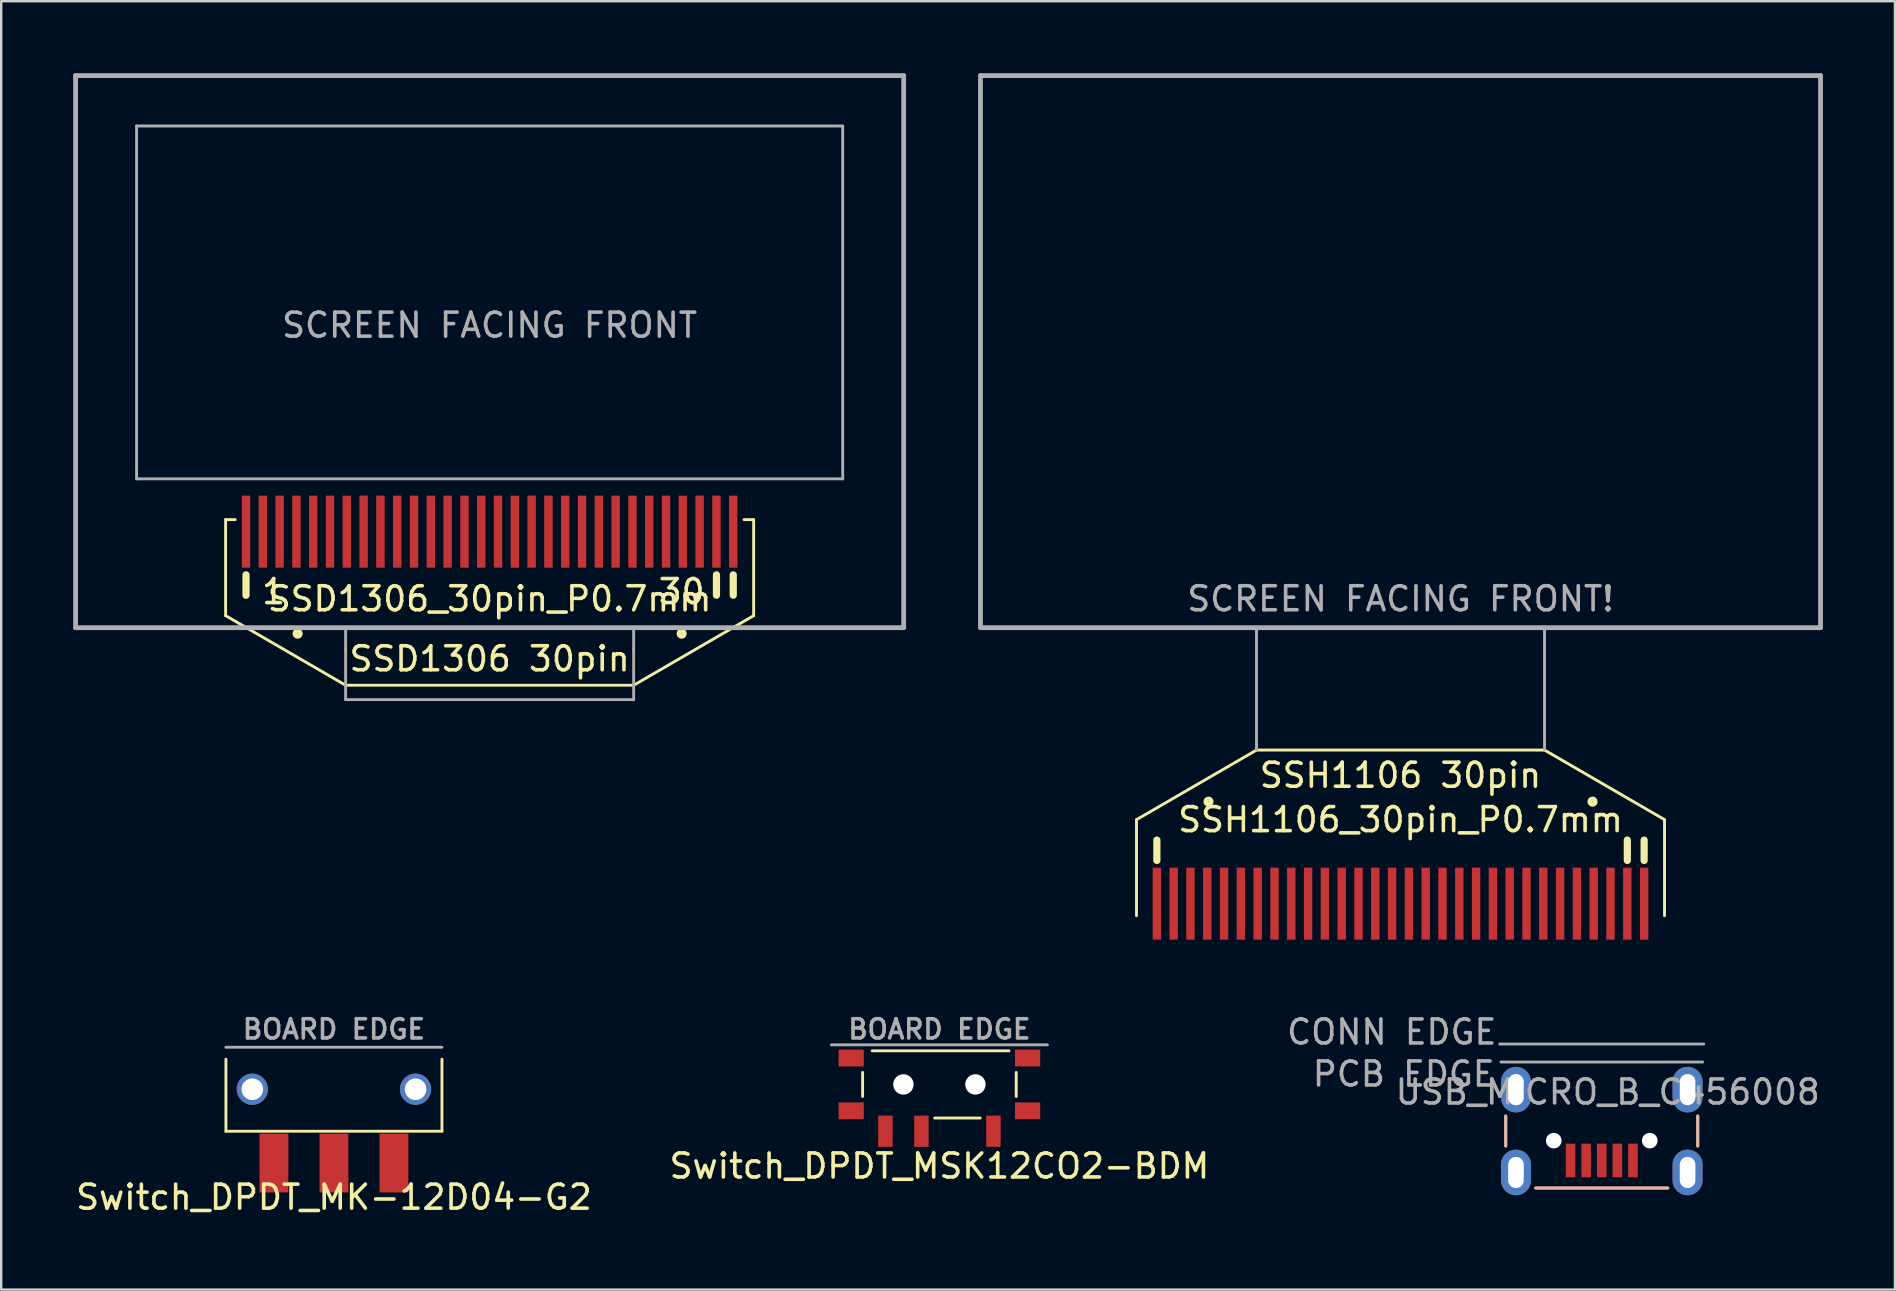
<source format=kicad_pcb>
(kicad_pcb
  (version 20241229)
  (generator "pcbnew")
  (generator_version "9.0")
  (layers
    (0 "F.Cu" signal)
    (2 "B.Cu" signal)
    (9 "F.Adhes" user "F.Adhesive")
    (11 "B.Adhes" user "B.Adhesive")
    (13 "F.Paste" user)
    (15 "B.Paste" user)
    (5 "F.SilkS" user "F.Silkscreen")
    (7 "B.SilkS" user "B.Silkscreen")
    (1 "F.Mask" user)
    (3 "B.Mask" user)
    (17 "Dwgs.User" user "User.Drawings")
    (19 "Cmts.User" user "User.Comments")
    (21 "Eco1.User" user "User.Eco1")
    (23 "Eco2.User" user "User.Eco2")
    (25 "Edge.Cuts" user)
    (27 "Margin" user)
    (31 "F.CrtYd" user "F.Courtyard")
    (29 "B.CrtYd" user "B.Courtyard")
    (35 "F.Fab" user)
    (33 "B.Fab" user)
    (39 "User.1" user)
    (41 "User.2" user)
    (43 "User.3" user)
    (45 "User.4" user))
  (footprint "USB_MICRO_B_C456008"
    (layer "F.Cu")
    (at 63.685 41.198)
    (property "Reference" "USB_MICRO_B_C456008" (at 0.25 1.25 0) (layer "F.Fab") (effects (font (size 1 1) (thickness 0.15))))
    (attr through_hole)
    (fp_line (start -4 3.5) (end -4 2.25) (stroke (width 0.12) (type solid)) (layer "F.SilkS"))
    (fp_line (start -2.75 5.25) (end 2.75 5.25) (stroke (width 0.12) (type solid)) (layer "F.SilkS"))
    (fp_line (start 4 3.5) (end 4 2.25) (stroke (width 0.12) (type solid)) (layer "F.SilkS"))
    (fp_line (start -4 3.5) (end -4 2.25) (stroke (width 0.12) (type solid)) (layer "B.SilkS"))
    (fp_line (start -2.75 5.25) (end 2.75 5.25) (stroke (width 0.12) (type solid)) (layer "B.SilkS"))
    (fp_line (start 4 3.5) (end 4 2.25) (stroke (width 0.12) (type solid)) (layer "B.SilkS"))
    (fp_line (start -4.25 -0.75) (end 4.25 -0.75) (stroke (width 0.12) (type solid)) (layer "F.Fab"))
    (fp_line (start -4.2 0) (end 4.2 0) (stroke (width 0.12) (type solid)) (layer "F.Fab"))
    (fp_text user "CONN EDGE" (at -8.75 -1.25 0) (layer "F.Fab") (effects (font (size 1 1) (thickness 0.15))))
    (fp_text user "PCB EDGE" (at -8.25 0.5 0) (layer "F.Fab") (effects (font (size 1 1) (thickness 0.15))))
    (pad "" np_thru_hole circle (at -2 3.275) (size 0.65 0.65) (drill 0.65) (layers "*.Cu" "*.Mask"))
    (pad "" np_thru_hole circle (at 2 3.275) (size 0.65 0.65) (drill 0.65) (layers "*.Cu" "*.Mask"))
    (pad "1" smd rect (at 1.3 4.1) (size 0.4 1.4) (layers "F.Cu" "F.Mask" "F.Paste"))
    (pad "2" smd rect (at 0.65 4.1) (size 0.4 1.4) (layers "F.Cu" "F.Mask" "F.Paste"))
    (pad "3" smd rect (at 0 4.1) (size 0.4 1.4) (layers "F.Cu" "F.Mask" "F.Paste"))
    (pad "4" smd rect (at -0.65 4.1) (size 0.4 1.4) (layers "F.Cu" "F.Mask" "F.Paste"))
    (pad "5" smd rect (at -1.3 4.1) (size 0.4 1.4) (layers "F.Cu" "F.Mask" "F.Paste"))
    (pad "6" thru_hole oval (at -3.575 1.15) (size 1.25 1.9) (drill oval 0.65 1.3) (layers "*.Cu" "*.Mask"))
    (pad "6" thru_hole oval (at -3.575 4.6) (size 1.25 1.9) (drill oval 0.65 1.3) (layers "*.Cu" "*.Mask"))
    (pad "6" thru_hole oval (at 3.575 1.15) (size 1.25 1.9) (drill oval 0.65 1.3) (layers "*.Cu" "*.Mask"))
    (pad "6" thru_hole oval (at 3.575 4.6) (size 1.25 1.9) (drill oval 0.65 1.3) (layers "*.Cu" "*.Mask")))
  (footprint "SSH1106_30pin_P0.7mm"
    (layer "F.Cu")
    (at 55.3 35.1)
    (property "Reference" "SSH1106_30pin_P0.7mm" (at 0 -4 0) (layer "F.SilkS") (effects (font (size 1 1) (thickness 0.15))))
    (attr through_hole)
    (fp_line (start -11 -4) (end -6 -6.9) (stroke (width 0.12) (type solid)) (layer "F.SilkS"))
    (fp_line (start -11 0) (end -11 -4) (stroke (width 0.12) (type solid)) (layer "F.SilkS"))
    (fp_line (start -10.15 -2.3) (end -10.15 -3.15) (stroke (width 0.3) (type solid)) (layer "F.SilkS"))
    (fp_line (start 6 -6.9) (end -6 -6.9) (stroke (width 0.12) (type solid)) (layer "F.SilkS"))
    (fp_line (start 9.45 -2.3) (end 9.45 -3.15) (stroke (width 0.3) (type solid)) (layer "F.SilkS"))
    (fp_line (start 10.15 -2.3) (end 10.15 -3.15) (stroke (width 0.3) (type solid)) (layer "F.SilkS"))
    (fp_line (start 11 -4) (end 6 -6.9) (stroke (width 0.12) (type solid)) (layer "F.SilkS"))
    (fp_line (start 11 0) (end 11 -4) (stroke (width 0.12) (type solid)) (layer "F.SilkS"))
    (fp_circle (center -8 -4.75) (end -7.888 -4.75) (stroke (width 0.2) (type solid)) (fill no) (layer "F.SilkS"))
    (fp_circle (center 8 -4.75) (end 8.112 -4.75) (stroke (width 0.2) (type solid)) (fill no) (layer "F.SilkS"))
    (fp_line (start -17.5 -35) (end 17.5 -35) (stroke (width 0.2) (type solid)) (layer "F.Fab"))
    (fp_line (start -17.5 -12) (end -17.5 -35) (stroke (width 0.2) (type solid)) (layer "F.Fab"))
    (fp_line (start -17.5 -12) (end 17.5 -12) (stroke (width 0.2) (type solid)) (layer "F.Fab"))
    (fp_line (start -6 -6.9) (end -6 -12) (stroke (width 0.12) (type solid)) (layer "F.Fab"))
    (fp_line (start 6 -6.9) (end 6 -12) (stroke (width 0.12) (type solid)) (layer "F.Fab"))
    (fp_line (start 17.5 -12) (end 17.5 -35) (stroke (width 0.2) (type solid)) (layer "F.Fab"))
    (fp_text user "SSH1106 30pin" (at 0 -5.85 0) (layer "F.SilkS") (effects (font (size 1 1) (thickness 0.15))))
    (fp_text user "SCREEN FACING FRONT!" (at 0 -13.2 0) (layer "F.Fab") (effects (font (size 1 1) (thickness 0.15))))
    (pad "1" smd rect (at -10.15 -0.5) (size 0.35 3) (layers "F.Cu" "F.Mask" "F.Paste"))
    (pad "2" smd rect (at -9.45 -0.5) (size 0.35 3) (layers "F.Cu" "F.Mask" "F.Paste"))
    (pad "3" smd rect (at -8.75 -0.5) (size 0.35 3) (layers "F.Cu" "F.Mask" "F.Paste"))
    (pad "4" smd rect (at -8.05 -0.5) (size 0.35 3) (layers "F.Cu" "F.Mask" "F.Paste"))
    (pad "5" smd rect (at -7.35 -0.5) (size 0.35 3) (layers "F.Cu" "F.Mask" "F.Paste"))
    (pad "6" smd rect (at -6.65 -0.5) (size 0.35 3) (layers "F.Cu" "F.Mask" "F.Paste"))
    (pad "7" smd rect (at -5.95 -0.5) (size 0.35 3) (layers "F.Cu" "F.Mask" "F.Paste"))
    (pad "8" smd rect (at -5.25 -0.5) (size 0.35 3) (layers "F.Cu" "F.Mask" "F.Paste"))
    (pad "9" smd rect (at -4.55 -0.5) (size 0.35 3) (layers "F.Cu" "F.Mask" "F.Paste"))
    (pad "10" smd rect (at -3.85 -0.5) (size 0.35 3) (layers "F.Cu" "F.Mask" "F.Paste"))
    (pad "11" smd rect (at -3.15 -0.5) (size 0.35 3) (layers "F.Cu" "F.Mask" "F.Paste"))
    (pad "12" smd rect (at -2.45 -0.5) (size 0.35 3) (layers "F.Cu" "F.Mask" "F.Paste"))
    (pad "13" smd rect (at -1.75 -0.5) (size 0.35 3) (layers "F.Cu" "F.Mask" "F.Paste"))
    (pad "14" smd rect (at -1.05 -0.5) (size 0.35 3) (layers "F.Cu" "F.Mask" "F.Paste"))
    (pad "15" smd rect (at -0.35 -0.5) (size 0.35 3) (layers "F.Cu" "F.Mask" "F.Paste"))
    (pad "16" smd rect (at 0.35 -0.5) (size 0.35 3) (layers "F.Cu" "F.Mask" "F.Paste"))
    (pad "17" smd rect (at 1.05 -0.5) (size 0.35 3) (layers "F.Cu" "F.Mask" "F.Paste"))
    (pad "18" smd rect (at 1.75 -0.5) (size 0.35 3) (layers "F.Cu" "F.Mask" "F.Paste"))
    (pad "19" smd rect (at 2.45 -0.5) (size 0.35 3) (layers "F.Cu" "F.Mask" "F.Paste"))
    (pad "20" smd rect (at 3.15 -0.5) (size 0.35 3) (layers "F.Cu" "F.Mask" "F.Paste"))
    (pad "21" smd rect (at 3.85 -0.5) (size 0.35 3) (layers "F.Cu" "F.Mask" "F.Paste"))
    (pad "22" smd rect (at 4.55 -0.5) (size 0.35 3) (layers "F.Cu" "F.Mask" "F.Paste"))
    (pad "23" smd rect (at 5.25 -0.5) (size 0.35 3) (layers "F.Cu" "F.Mask" "F.Paste"))
    (pad "24" smd rect (at 5.95 -0.5) (size 0.35 3) (layers "F.Cu" "F.Mask" "F.Paste"))
    (pad "25" smd rect (at 6.65 -0.5) (size 0.35 3) (layers "F.Cu" "F.Mask" "F.Paste"))
    (pad "26" smd rect (at 7.35 -0.5) (size 0.35 3) (layers "F.Cu" "F.Mask" "F.Paste"))
    (pad "27" smd rect (at 8.05 -0.5) (size 0.35 3) (layers "F.Cu" "F.Mask" "F.Paste"))
    (pad "28" smd rect (at 8.75 -0.5) (size 0.35 3) (layers "F.Cu" "F.Mask" "F.Paste"))
    (pad "29" smd rect (at 9.45 -0.5) (size 0.35 3) (layers "F.Cu" "F.Mask" "F.Paste"))
    (pad "30" smd rect (at 10.15 -0.5) (size 0.35 3) (layers "F.Cu" "F.Mask" "F.Paste")))
  (footprint "Switch_DPDT_MK-12D04-G2"
    (layer "F.Cu")
    (at 10.863 42.331)
    (property "Reference" "Switch_DPDT_MK-12D04-G2" (at 0 4.5 0) (unlocked yes) (layer "F.SilkS") (effects (font (size 1 1) (thickness 0.15))))
    (attr smd)
    (fp_line (start -4.5 1.75) (end -4.5 -1.25) (stroke (width 0.12) (type solid)) (layer "F.SilkS"))
    (fp_line (start 4.5 -1.25) (end 4.5 1.75) (stroke (width 0.12) (type solid)) (layer "F.SilkS"))
    (fp_line (start 4.5 1.75) (end -4.5 1.75) (stroke (width 0.12) (type solid)) (layer "F.SilkS"))
    (fp_line (start 4.5 -1.75) (end -4.5 -1.75) (stroke (width 0.12) (type solid)) (layer "F.Fab"))
    (fp_text user "BOARD EDGE" (at 0 -2.5 0) (unlocked yes) (layer "F.Fab") (effects (font (size 0.8 0.8) (thickness 0.15))))
    (pad "" np_thru_hole circle (at -3.4 0) (size 1.3 1.3) (drill 0.9) (layers "*.Cu" "*.Mask"))
    (pad "" np_thru_hole circle (at 3.4 0) (size 1.3 1.3) (drill 0.9) (layers "*.Cu" "*.Mask"))
    (pad "1" smd rect (at -2.5 3.075) (size 1.2 2.45) (layers "F.Cu" "F.Mask" "F.Paste"))
    (pad "2" smd rect (at 0 3.075) (size 1.2 2.45) (layers "F.Cu" "F.Mask" "F.Paste"))
    (pad "3" smd rect (at 2.5 3.075) (size 1.2 2.45) (layers "F.Cu" "F.Mask" "F.Paste")))
  (footprint "SSD1306_30pin_P0.7mm"
    (layer "F.Cu")
    (at 17.35 18.6)
    (property "Reference" "SSD1306_30pin_P0.7mm" (at 0 3.3 180) (layer "F.SilkS") (effects (font (size 1 1) (thickness 0.15))))
    (attr through_hole)
    (fp_line (start -11 0) (end -11 4) (stroke (width 0.12) (type solid)) (layer "F.SilkS"))
    (fp_line (start -11 4) (end -6 6.9) (stroke (width 0.12) (type solid)) (layer "F.SilkS"))
    (fp_line (start -10.6 0) (end -11 0) (stroke (width 0.12) (type solid)) (layer "F.SilkS"))
    (fp_line (start -10.15 2.3) (end -10.15 3.15) (stroke (width 0.3) (type solid)) (layer "F.SilkS"))
    (fp_line (start -6 6.9) (end 6 6.9) (stroke (width 0.12) (type solid)) (layer "F.SilkS"))
    (fp_line (start 9.45 2.3) (end 9.45 3.15) (stroke (width 0.3) (type solid)) (layer "F.SilkS"))
    (fp_line (start 10.15 2.3) (end 10.15 3.15) (stroke (width 0.3) (type solid)) (layer "F.SilkS"))
    (fp_line (start 10.6 0) (end 11 0) (stroke (width 0.12) (type solid)) (layer "F.SilkS"))
    (fp_line (start 11 0) (end 11 4) (stroke (width 0.12) (type solid)) (layer "F.SilkS"))
    (fp_line (start 11 4) (end 6 6.9) (stroke (width 0.12) (type solid)) (layer "F.SilkS"))
    (fp_circle (center -8 4.75) (end -8.112 4.75) (stroke (width 0.2) (type solid)) (fill no) (layer "F.SilkS"))
    (fp_circle (center 8 4.75) (end 7.888 4.75) (stroke (width 0.2) (type solid)) (fill no) (layer "F.SilkS"))
    (fp_line (start -17.25 4.5) (end -17.25 -18.5) (stroke (width 0.2) (type solid)) (layer "F.Fab"))
    (fp_line (start -14.71 -16.4) (end -14.71 -1.7) (stroke (width 0.12) (type solid)) (layer "F.Fab"))
    (fp_line (start -14.71 -16.4) (end 14.71 -16.4) (stroke (width 0.12) (type solid)) (layer "F.Fab"))
    (fp_line (start -14.71 -1.7) (end 14.71 -1.7) (stroke (width 0.12) (type solid)) (layer "F.Fab"))
    (fp_line (start -6 5.4) (end -6 4.5) (stroke (width 0.12) (type solid)) (layer "F.Fab"))
    (fp_line (start -6 5.4) (end -6 7.5) (stroke (width 0.12) (type solid)) (layer "F.Fab"))
    (fp_line (start 6 5.4) (end 6 4.5) (stroke (width 0.12) (type solid)) (layer "F.Fab"))
    (fp_line (start 6 5.4) (end 6 7.5) (stroke (width 0.12) (type solid)) (layer "F.Fab"))
    (fp_line (start 6 7.5) (end -6 7.5) (stroke (width 0.12) (type solid)) (layer "F.Fab"))
    (fp_line (start 14.71 -16.4) (end 14.71 -1.7) (stroke (width 0.12) (type solid)) (layer "F.Fab"))
    (fp_line (start 17.25 -18.5) (end -17.25 -18.5) (stroke (width 0.2) (type solid)) (layer "F.Fab"))
    (fp_line (start 17.25 4.5) (end -17.25 4.5) (stroke (width 0.2) (type solid)) (layer "F.Fab"))
    (fp_line (start 17.25 4.5) (end 17.25 -18.5) (stroke (width 0.2) (type solid)) (layer "F.Fab"))
    (fp_text user "30" (at 8 3 180) (layer "F.SilkS") (effects (font (size 1 1) (thickness 0.15))))
    (fp_text user "1" (at -9 3 180) (layer "F.SilkS") (effects (font (size 1 1) (thickness 0.15))))
    (fp_text user "SSD1306 30pin" (at 0 5.8 180) (layer "F.SilkS") (effects (font (size 1 1) (thickness 0.15))))
    (fp_text user "SCREEN FACING FRONT" (at 0 -8.1 180) (layer "F.Fab") (effects (font (size 1 1) (thickness 0.15))))
    (pad "1" smd rect (at -10.15 0.5 180) (size 0.35 3) (layers "F.Cu" "F.Mask" "F.Paste"))
    (pad "2" smd rect (at -9.45 0.5 180) (size 0.35 3) (layers "F.Cu" "F.Mask" "F.Paste"))
    (pad "3" smd rect (at -8.75 0.5 180) (size 0.35 3) (layers "F.Cu" "F.Mask" "F.Paste"))
    (pad "4" smd rect (at -8.05 0.5 180) (size 0.35 3) (layers "F.Cu" "F.Mask" "F.Paste"))
    (pad "5" smd rect (at -7.35 0.5 180) (size 0.35 3) (layers "F.Cu" "F.Mask" "F.Paste"))
    (pad "6" smd rect (at -6.65 0.5 180) (size 0.35 3) (layers "F.Cu" "F.Mask" "F.Paste"))
    (pad "7" smd rect (at -5.95 0.5 180) (size 0.35 3) (layers "F.Cu" "F.Mask" "F.Paste"))
    (pad "8" smd rect (at -5.25 0.5 180) (size 0.35 3) (layers "F.Cu" "F.Mask" "F.Paste"))
    (pad "9" smd rect (at -4.55 0.5 180) (size 0.35 3) (layers "F.Cu" "F.Mask" "F.Paste"))
    (pad "10" smd rect (at -3.85 0.5 180) (size 0.35 3) (layers "F.Cu" "F.Mask" "F.Paste"))
    (pad "11" smd rect (at -3.15 0.5 180) (size 0.35 3) (layers "F.Cu" "F.Mask" "F.Paste"))
    (pad "12" smd rect (at -2.45 0.5 180) (size 0.35 3) (layers "F.Cu" "F.Mask" "F.Paste"))
    (pad "13" smd rect (at -1.75 0.5 180) (size 0.35 3) (layers "F.Cu" "F.Mask" "F.Paste"))
    (pad "14" smd rect (at -1.05 0.5 180) (size 0.35 3) (layers "F.Cu" "F.Mask" "F.Paste"))
    (pad "15" smd rect (at -0.35 0.5 180) (size 0.35 3) (layers "F.Cu" "F.Mask" "F.Paste"))
    (pad "16" smd rect (at 0.35 0.5 180) (size 0.35 3) (layers "F.Cu" "F.Mask" "F.Paste"))
    (pad "17" smd rect (at 1.05 0.5 180) (size 0.35 3) (layers "F.Cu" "F.Mask" "F.Paste"))
    (pad "18" smd rect (at 1.75 0.5 180) (size 0.35 3) (layers "F.Cu" "F.Mask" "F.Paste"))
    (pad "19" smd rect (at 2.45 0.5 180) (size 0.35 3) (layers "F.Cu" "F.Mask" "F.Paste"))
    (pad "20" smd rect (at 3.15 0.5 180) (size 0.35 3) (layers "F.Cu" "F.Mask" "F.Paste"))
    (pad "21" smd rect (at 3.85 0.5 180) (size 0.35 3) (layers "F.Cu" "F.Mask" "F.Paste"))
    (pad "22" smd rect (at 4.55 0.5 180) (size 0.35 3) (layers "F.Cu" "F.Mask" "F.Paste"))
    (pad "23" smd rect (at 5.25 0.5 180) (size 0.35 3) (layers "F.Cu" "F.Mask" "F.Paste"))
    (pad "24" smd rect (at 5.95 0.5 180) (size 0.35 3) (layers "F.Cu" "F.Mask" "F.Paste"))
    (pad "25" smd rect (at 6.65 0.5 180) (size 0.35 3) (layers "F.Cu" "F.Mask" "F.Paste"))
    (pad "26" smd rect (at 7.35 0.5 180) (size 0.35 3) (layers "F.Cu" "F.Mask" "F.Paste"))
    (pad "27" smd rect (at 8.05 0.5 180) (size 0.35 3) (layers "F.Cu" "F.Mask" "F.Paste"))
    (pad "28" smd rect (at 8.75 0.5 180) (size 0.35 3) (layers "F.Cu" "F.Mask" "F.Paste"))
    (pad "29" smd rect (at 9.45 0.5 180) (size 0.35 3) (layers "F.Cu" "F.Mask" "F.Paste"))
    (pad "30" smd rect (at 10.15 0.5 180) (size 0.35 3) (layers "F.Cu" "F.Mask" "F.Paste")))
  (footprint "Switch_DPDT_MSK12CO2-BDM"
    (layer "F.Cu")
    (at 36.089 42.131)
    (property "Reference" "Switch_DPDT_MSK12CO2-BDM" (at 0 3.4 0) (unlocked yes) (layer "F.SilkS") (effects (font (size 1 1) (thickness 0.15))))
    (attr smd)
    (fp_line (start -3.2 0.5) (end -3.2 -0.5) (stroke (width 0.12) (type solid)) (layer "F.SilkS"))
    (fp_line (start -0.2 1.4) (end 1.7 1.4) (stroke (width 0.12) (type solid)) (layer "F.SilkS"))
    (fp_line (start 2.9 -1.4) (end -2.8 -1.4) (stroke (width 0.12) (type solid)) (layer "F.SilkS"))
    (fp_line (start 3.2 0.5) (end 3.2 -0.5) (stroke (width 0.12) (type solid)) (layer "F.SilkS"))
    (fp_line (start 4.5 -1.65) (end -4.5 -1.65) (stroke (width 0.12) (type solid)) (layer "F.Fab"))
    (fp_text user "BOARD EDGE" (at 0 -2.3 0) (unlocked yes) (layer "F.Fab") (effects (font (size 0.8 0.8) (thickness 0.15))))
    (pad "" smd rect (at -3.675 -1.1) (size 1.05 0.7) (layers "F.Cu" "F.Mask" "F.Paste"))
    (pad "" smd rect (at -3.675 1.1) (size 1.05 0.7) (layers "F.Cu" "F.Mask" "F.Paste"))
    (pad "" np_thru_hole circle (at -1.5 0) (size 0.85 0.85) (drill 0.85) (layers "*.Cu" "*.Mask"))
    (pad "" np_thru_hole circle (at 1.5 0) (size 0.85 0.85) (drill 0.85) (layers "*.Cu" "*.Mask"))
    (pad "" smd rect (at 3.675 -1.1) (size 1.05 0.7) (layers "F.Cu" "F.Mask" "F.Paste"))
    (pad "" smd rect (at 3.675 1.1) (size 1.05 0.7) (layers "F.Cu" "F.Mask" "F.Paste"))
    (pad "1" smd rect (at 2.25 1.95) (size 0.6 1.3) (layers "F.Cu" "F.Mask" "F.Paste"))
    (pad "2" smd rect (at -0.75 1.95) (size 0.6 1.3) (layers "F.Cu" "F.Mask" "F.Paste"))
    (pad "3" smd rect (at -2.25 1.95) (size 0.6 1.3) (layers "F.Cu" "F.Mask" "F.Paste")))
  (gr_rect
    (start -3 -3)
    (end 75.9 50.679)
    (stroke (width 0.1) (type default))
    (fill no)
    (layer "Edge.Cuts")))
</source>
